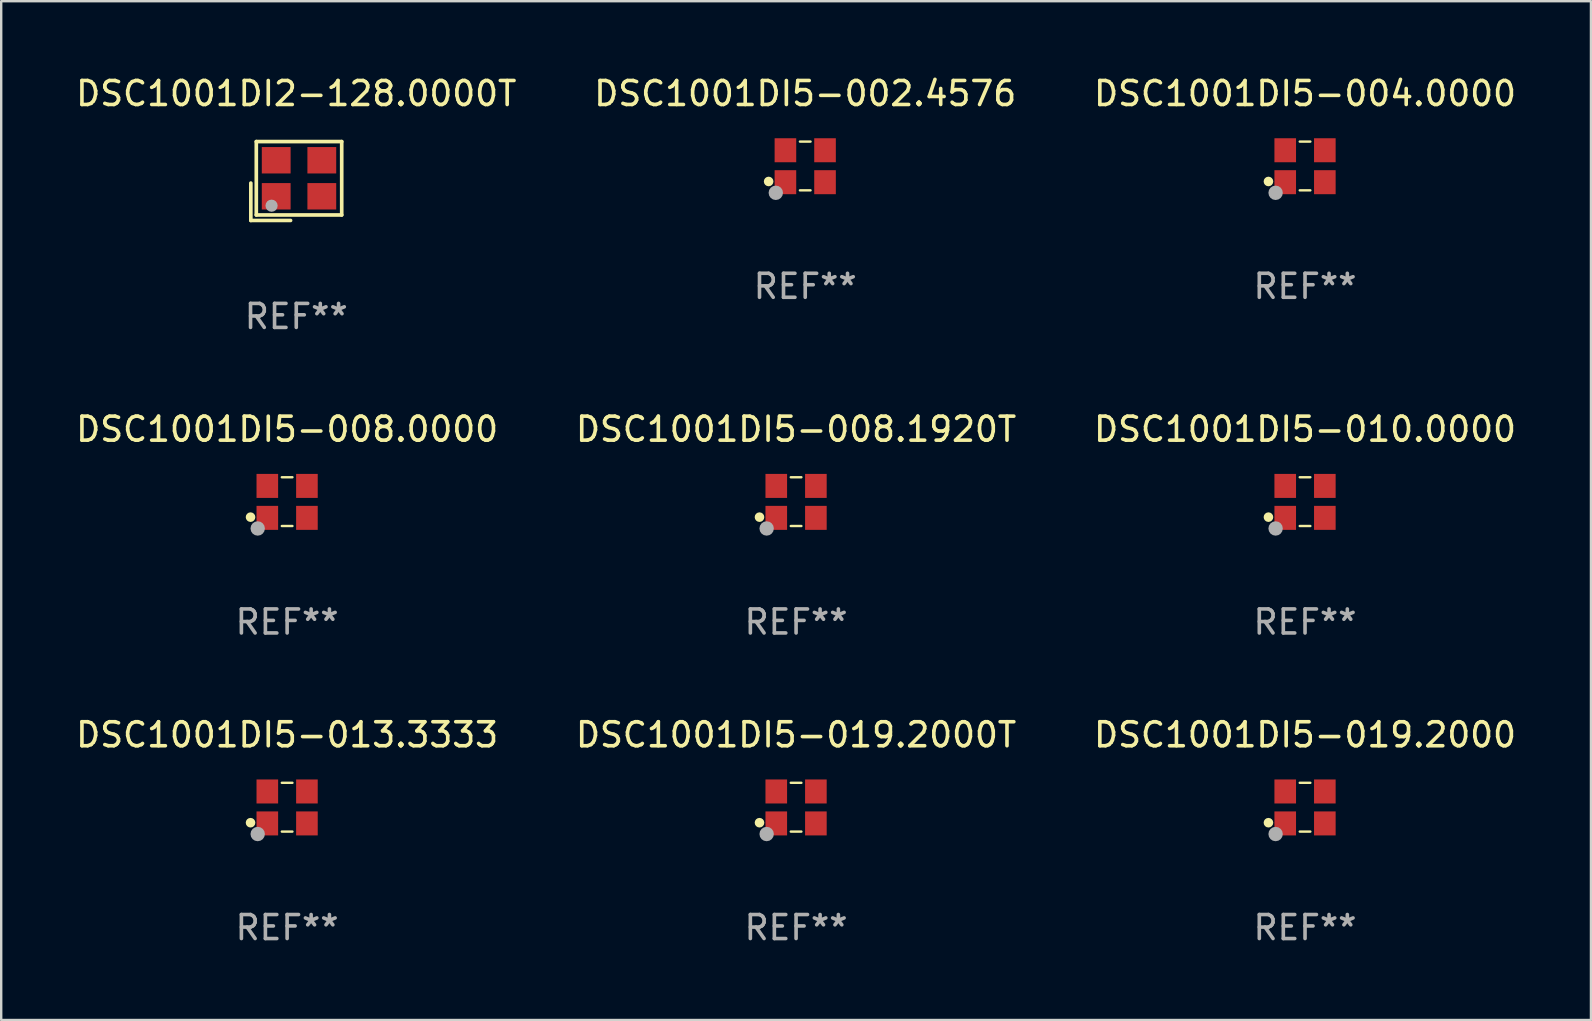
<source format=kicad_pcb>
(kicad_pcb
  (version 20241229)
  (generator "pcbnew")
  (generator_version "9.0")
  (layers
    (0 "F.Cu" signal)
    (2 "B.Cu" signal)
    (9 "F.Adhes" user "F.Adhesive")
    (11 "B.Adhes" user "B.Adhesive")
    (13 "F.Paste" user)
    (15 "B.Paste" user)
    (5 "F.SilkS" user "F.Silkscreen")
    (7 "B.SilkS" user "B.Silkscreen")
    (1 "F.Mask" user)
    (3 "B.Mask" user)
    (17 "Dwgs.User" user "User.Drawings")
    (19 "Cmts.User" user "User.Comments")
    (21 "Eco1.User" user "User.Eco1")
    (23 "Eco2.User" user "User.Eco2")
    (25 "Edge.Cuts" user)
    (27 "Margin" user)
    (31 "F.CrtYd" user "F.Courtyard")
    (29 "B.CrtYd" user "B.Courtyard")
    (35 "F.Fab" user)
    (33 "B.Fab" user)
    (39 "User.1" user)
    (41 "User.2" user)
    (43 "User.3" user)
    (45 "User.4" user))
  (footprint "DSC1001DI5-004.0000"
    (layer "F.Cu")
    (at 51.315 3.864)
    (property "Reference" "DSC1001DI5-004.0000" (at 0 -3.016 0) (layer "F.SilkS") (effects (font (size 1 1) (thickness 0.15))))
    (attr through_hole)
    (fp_line (start -0.221 -1.016) (end 0.221 -1.016) (stroke (width 0.1) (type solid)) (layer "F.SilkS"))
    (fp_line (start -0.221 1.016) (end 0.221 1.016) (stroke (width 0.1) (type solid)) (layer "F.SilkS"))
    (fp_circle (center -1.524 0.646) (end -1.424 0.646) (stroke (width 0.2) (type solid)) (fill no) (layer "F.SilkS"))
    (fp_circle (center -1.25 1) (end -1.22 1) (stroke (width 0.06) (type solid)) (fill no) (layer "F.SilkS"))
    (fp_circle (center -1.226 1.118) (end -1.076 1.118) (stroke (width 0.3) (type solid)) (fill no) (layer "F.Fab"))
    (fp_text user "REF**" (at 0 5.016 0) (layer "F.Fab") (effects (font (size 1 1) (thickness 0.15))))
    (pad "1" smd rect (at -0.825 0.676) (size 0.9 1) (layers "F.Cu" "F.Mask" "F.Paste"))
    (pad "2" smd rect (at 0.825 0.676) (size 0.9 1) (layers "F.Cu" "F.Mask" "F.Paste"))
    (pad "3" smd rect (at 0.825 -0.655) (size 0.9 1) (layers "F.Cu" "F.Mask" "F.Paste"))
    (pad "4" smd rect (at -0.825 -0.655) (size 0.9 1) (layers "F.Cu" "F.Mask" "F.Paste")))
  (footprint "DSC1001DI5-010.0000"
    (layer "F.Cu")
    (at 51.315 17.847)
    (property "Reference" "DSC1001DI5-010.0000" (at 0 -3.016 0) (layer "F.SilkS") (effects (font (size 1 1) (thickness 0.15))))
    (attr through_hole)
    (fp_line (start -0.221 -1.016) (end 0.221 -1.016) (stroke (width 0.1) (type solid)) (layer "F.SilkS"))
    (fp_line (start -0.221 1.016) (end 0.221 1.016) (stroke (width 0.1) (type solid)) (layer "F.SilkS"))
    (fp_circle (center -1.524 0.646) (end -1.424 0.646) (stroke (width 0.2) (type solid)) (fill no) (layer "F.SilkS"))
    (fp_circle (center -1.25 1) (end -1.22 1) (stroke (width 0.06) (type solid)) (fill no) (layer "F.SilkS"))
    (fp_circle (center -1.226 1.118) (end -1.076 1.118) (stroke (width 0.3) (type solid)) (fill no) (layer "F.Fab"))
    (fp_text user "REF**" (at 0 5.016 0) (layer "F.Fab") (effects (font (size 1 1) (thickness 0.15))))
    (pad "1" smd rect (at -0.825 0.676) (size 0.9 1) (layers "F.Cu" "F.Mask" "F.Paste"))
    (pad "2" smd rect (at 0.825 0.676) (size 0.9 1) (layers "F.Cu" "F.Mask" "F.Paste"))
    (pad "3" smd rect (at 0.825 -0.655) (size 0.9 1) (layers "F.Cu" "F.Mask" "F.Paste"))
    (pad "4" smd rect (at -0.825 -0.655) (size 0.9 1) (layers "F.Cu" "F.Mask" "F.Paste")))
  (footprint "DSC1001DI5-019.2000"
    (layer "F.Cu")
    (at 51.315 30.576)
    (property "Reference" "DSC1001DI5-019.2000" (at 0 -3.016 0) (layer "F.SilkS") (effects (font (size 1 1) (thickness 0.15))))
    (attr through_hole)
    (fp_line (start -0.221 -1.016) (end 0.221 -1.016) (stroke (width 0.1) (type solid)) (layer "F.SilkS"))
    (fp_line (start -0.221 1.016) (end 0.221 1.016) (stroke (width 0.1) (type solid)) (layer "F.SilkS"))
    (fp_circle (center -1.524 0.646) (end -1.424 0.646) (stroke (width 0.2) (type solid)) (fill no) (layer "F.SilkS"))
    (fp_circle (center -1.25 1) (end -1.22 1) (stroke (width 0.06) (type solid)) (fill no) (layer "F.SilkS"))
    (fp_circle (center -1.226 1.118) (end -1.076 1.118) (stroke (width 0.3) (type solid)) (fill no) (layer "F.Fab"))
    (fp_text user "REF**" (at 0 5.016 0) (layer "F.Fab") (effects (font (size 1 1) (thickness 0.15))))
    (pad "1" smd rect (at -0.825 0.676) (size 0.9 1) (layers "F.Cu" "F.Mask" "F.Paste"))
    (pad "2" smd rect (at 0.825 0.676) (size 0.9 1) (layers "F.Cu" "F.Mask" "F.Paste"))
    (pad "3" smd rect (at 0.825 -0.655) (size 0.9 1) (layers "F.Cu" "F.Mask" "F.Paste"))
    (pad "4" smd rect (at -0.825 -0.655) (size 0.9 1) (layers "F.Cu" "F.Mask" "F.Paste")))
  (footprint "DSC1001DI5-008.0000"
    (layer "F.Cu")
    (at 8.911 17.847)
    (property "Reference" "DSC1001DI5-008.0000" (at 0 -3.016 0) (layer "F.SilkS") (effects (font (size 1 1) (thickness 0.15))))
    (attr through_hole)
    (fp_line (start -0.221 -1.016) (end 0.221 -1.016) (stroke (width 0.1) (type solid)) (layer "F.SilkS"))
    (fp_line (start -0.221 1.016) (end 0.221 1.016) (stroke (width 0.1) (type solid)) (layer "F.SilkS"))
    (fp_circle (center -1.524 0.646) (end -1.424 0.646) (stroke (width 0.2) (type solid)) (fill no) (layer "F.SilkS"))
    (fp_circle (center -1.25 1) (end -1.22 1) (stroke (width 0.06) (type solid)) (fill no) (layer "F.SilkS"))
    (fp_circle (center -1.226 1.118) (end -1.076 1.118) (stroke (width 0.3) (type solid)) (fill no) (layer "F.Fab"))
    (fp_text user "REF**" (at 0 5.016 0) (layer "F.Fab") (effects (font (size 1 1) (thickness 0.15))))
    (pad "1" smd rect (at -0.825 0.676) (size 0.9 1) (layers "F.Cu" "F.Mask" "F.Paste"))
    (pad "2" smd rect (at 0.825 0.676) (size 0.9 1) (layers "F.Cu" "F.Mask" "F.Paste"))
    (pad "3" smd rect (at 0.825 -0.655) (size 0.9 1) (layers "F.Cu" "F.Mask" "F.Paste"))
    (pad "4" smd rect (at -0.825 -0.655) (size 0.9 1) (layers "F.Cu" "F.Mask" "F.Paste")))
  (footprint "DSC1001DI2-128.0000T"
    (layer "F.Cu")
    (at 9.292 4.491)
    (property "Reference" "DSC1001DI2-128.0000T" (at 0 -3.643 0) (layer "F.SilkS") (effects (font (size 1 1) (thickness 0.15))))
    (attr through_hole)
    (fp_line (start -1.893 0.086) (end -1.893 1.643) (stroke (width 0.152) (type solid)) (layer "F.SilkS"))
    (fp_line (start -1.893 1.643) (end -0.237 1.643) (stroke (width 0.152) (type solid)) (layer "F.SilkS"))
    (fp_line (start -1.665 -1.643) (end 1.893 -1.643) (stroke (width 0.152) (type solid)) (layer "F.SilkS"))
    (fp_line (start -1.665 1.414) (end -1.665 -1.643) (stroke (width 0.152) (type solid)) (layer "F.SilkS"))
    (fp_line (start 1.893 -1.643) (end 1.893 1.414) (stroke (width 0.152) (type solid)) (layer "F.SilkS"))
    (fp_line (start 1.893 1.414) (end -1.665 1.414) (stroke (width 0.152) (type solid)) (layer "F.SilkS"))
    (fp_circle (center -1.136 0.885) (end -1.106 0.885) (stroke (width 0.06) (type solid)) (fill no) (layer "F.SilkS"))
    (fp_circle (center -1.029 1.028) (end -0.902 1.028) (stroke (width 0.254) (type solid)) (fill no) (layer "F.Fab"))
    (fp_text user "REF**" (at 0 5.643 0) (layer "F.Fab") (effects (font (size 1 1) (thickness 0.15))))
    (pad "1" smd rect (at -0.836 0.636) (size 1.2 1.1) (layers "F.Cu" "F.Mask" "F.Paste"))
    (pad "2" smd rect (at 1.064 0.636) (size 1.2 1.1) (layers "F.Cu" "F.Mask" "F.Paste"))
    (pad "3" smd rect (at 1.064 -0.865) (size 1.2 1.1) (layers "F.Cu" "F.Mask" "F.Paste"))
    (pad "4" smd rect (at -0.836 -0.865) (size 1.2 1.1) (layers "F.Cu" "F.Mask" "F.Paste")))
  (footprint "DSC1001DI5-008.1920T"
    (layer "F.Cu")
    (at 30.113 17.847)
    (property "Reference" "DSC1001DI5-008.1920T" (at 0 -3.016 0) (layer "F.SilkS") (effects (font (size 1 1) (thickness 0.15))))
    (attr through_hole)
    (fp_line (start -0.221 -1.016) (end 0.221 -1.016) (stroke (width 0.1) (type solid)) (layer "F.SilkS"))
    (fp_line (start -0.221 1.016) (end 0.221 1.016) (stroke (width 0.1) (type solid)) (layer "F.SilkS"))
    (fp_circle (center -1.524 0.646) (end -1.424 0.646) (stroke (width 0.2) (type solid)) (fill no) (layer "F.SilkS"))
    (fp_circle (center -1.25 1) (end -1.22 1) (stroke (width 0.06) (type solid)) (fill no) (layer "F.SilkS"))
    (fp_circle (center -1.226 1.118) (end -1.076 1.118) (stroke (width 0.3) (type solid)) (fill no) (layer "F.Fab"))
    (fp_text user "REF**" (at 0 5.016 0) (layer "F.Fab") (effects (font (size 1 1) (thickness 0.15))))
    (pad "1" smd rect (at -0.825 0.676) (size 0.9 1) (layers "F.Cu" "F.Mask" "F.Paste"))
    (pad "2" smd rect (at 0.825 0.676) (size 0.9 1) (layers "F.Cu" "F.Mask" "F.Paste"))
    (pad "3" smd rect (at 0.825 -0.655) (size 0.9 1) (layers "F.Cu" "F.Mask" "F.Paste"))
    (pad "4" smd rect (at -0.825 -0.655) (size 0.9 1) (layers "F.Cu" "F.Mask" "F.Paste")))
  (footprint "DSC1001DI5-013.3333"
    (layer "F.Cu")
    (at 8.911 30.576)
    (property "Reference" "DSC1001DI5-013.3333" (at 0 -3.016 0) (layer "F.SilkS") (effects (font (size 1 1) (thickness 0.15))))
    (attr through_hole)
    (fp_line (start -0.221 -1.016) (end 0.221 -1.016) (stroke (width 0.1) (type solid)) (layer "F.SilkS"))
    (fp_line (start -0.221 1.016) (end 0.221 1.016) (stroke (width 0.1) (type solid)) (layer "F.SilkS"))
    (fp_circle (center -1.524 0.646) (end -1.424 0.646) (stroke (width 0.2) (type solid)) (fill no) (layer "F.SilkS"))
    (fp_circle (center -1.25 1) (end -1.22 1) (stroke (width 0.06) (type solid)) (fill no) (layer "F.SilkS"))
    (fp_circle (center -1.226 1.118) (end -1.076 1.118) (stroke (width 0.3) (type solid)) (fill no) (layer "F.Fab"))
    (fp_text user "REF**" (at 0 5.016 0) (layer "F.Fab") (effects (font (size 1 1) (thickness 0.15))))
    (pad "1" smd rect (at -0.825 0.676) (size 0.9 1) (layers "F.Cu" "F.Mask" "F.Paste"))
    (pad "2" smd rect (at 0.825 0.676) (size 0.9 1) (layers "F.Cu" "F.Mask" "F.Paste"))
    (pad "3" smd rect (at 0.825 -0.655) (size 0.9 1) (layers "F.Cu" "F.Mask" "F.Paste"))
    (pad "4" smd rect (at -0.825 -0.655) (size 0.9 1) (layers "F.Cu" "F.Mask" "F.Paste")))
  (footprint "DSC1001DI5-019.2000T"
    (layer "F.Cu")
    (at 30.113 30.576)
    (property "Reference" "DSC1001DI5-019.2000T" (at 0 -3.016 0) (layer "F.SilkS") (effects (font (size 1 1) (thickness 0.15))))
    (attr through_hole)
    (fp_line (start -0.221 -1.016) (end 0.221 -1.016) (stroke (width 0.1) (type solid)) (layer "F.SilkS"))
    (fp_line (start -0.221 1.016) (end 0.221 1.016) (stroke (width 0.1) (type solid)) (layer "F.SilkS"))
    (fp_circle (center -1.524 0.646) (end -1.424 0.646) (stroke (width 0.2) (type solid)) (fill no) (layer "F.SilkS"))
    (fp_circle (center -1.25 1) (end -1.22 1) (stroke (width 0.06) (type solid)) (fill no) (layer "F.SilkS"))
    (fp_circle (center -1.226 1.118) (end -1.076 1.118) (stroke (width 0.3) (type solid)) (fill no) (layer "F.Fab"))
    (fp_text user "REF**" (at 0 5.016 0) (layer "F.Fab") (effects (font (size 1 1) (thickness 0.15))))
    (pad "1" smd rect (at -0.825 0.676) (size 0.9 1) (layers "F.Cu" "F.Mask" "F.Paste"))
    (pad "2" smd rect (at 0.825 0.676) (size 0.9 1) (layers "F.Cu" "F.Mask" "F.Paste"))
    (pad "3" smd rect (at 0.825 -0.655) (size 0.9 1) (layers "F.Cu" "F.Mask" "F.Paste"))
    (pad "4" smd rect (at -0.825 -0.655) (size 0.9 1) (layers "F.Cu" "F.Mask" "F.Paste")))
  (footprint "DSC1001DI5-002.4576"
    (layer "F.Cu")
    (at 30.494 3.864)
    (property "Reference" "DSC1001DI5-002.4576" (at 0 -3.016 0) (layer "F.SilkS") (effects (font (size 1 1) (thickness 0.15))))
    (attr through_hole)
    (fp_line (start -0.221 -1.016) (end 0.221 -1.016) (stroke (width 0.1) (type solid)) (layer "F.SilkS"))
    (fp_line (start -0.221 1.016) (end 0.221 1.016) (stroke (width 0.1) (type solid)) (layer "F.SilkS"))
    (fp_circle (center -1.524 0.646) (end -1.424 0.646) (stroke (width 0.2) (type solid)) (fill no) (layer "F.SilkS"))
    (fp_circle (center -1.25 1) (end -1.22 1) (stroke (width 0.06) (type solid)) (fill no) (layer "F.SilkS"))
    (fp_circle (center -1.226 1.118) (end -1.076 1.118) (stroke (width 0.3) (type solid)) (fill no) (layer "F.Fab"))
    (fp_text user "REF**" (at 0 5.016 0) (layer "F.Fab") (effects (font (size 1 1) (thickness 0.15))))
    (pad "1" smd rect (at -0.825 0.676) (size 0.9 1) (layers "F.Cu" "F.Mask" "F.Paste"))
    (pad "2" smd rect (at 0.825 0.676) (size 0.9 1) (layers "F.Cu" "F.Mask" "F.Paste"))
    (pad "3" smd rect (at 0.825 -0.655) (size 0.9 1) (layers "F.Cu" "F.Mask" "F.Paste"))
    (pad "4" smd rect (at -0.825 -0.655) (size 0.9 1) (layers "F.Cu" "F.Mask" "F.Paste")))
  (gr_rect
    (start -3 -3)
    (end 63.226 39.44)
    (stroke (width 0.1) (type default))
    (fill no)
    (layer "Edge.Cuts")))
</source>
